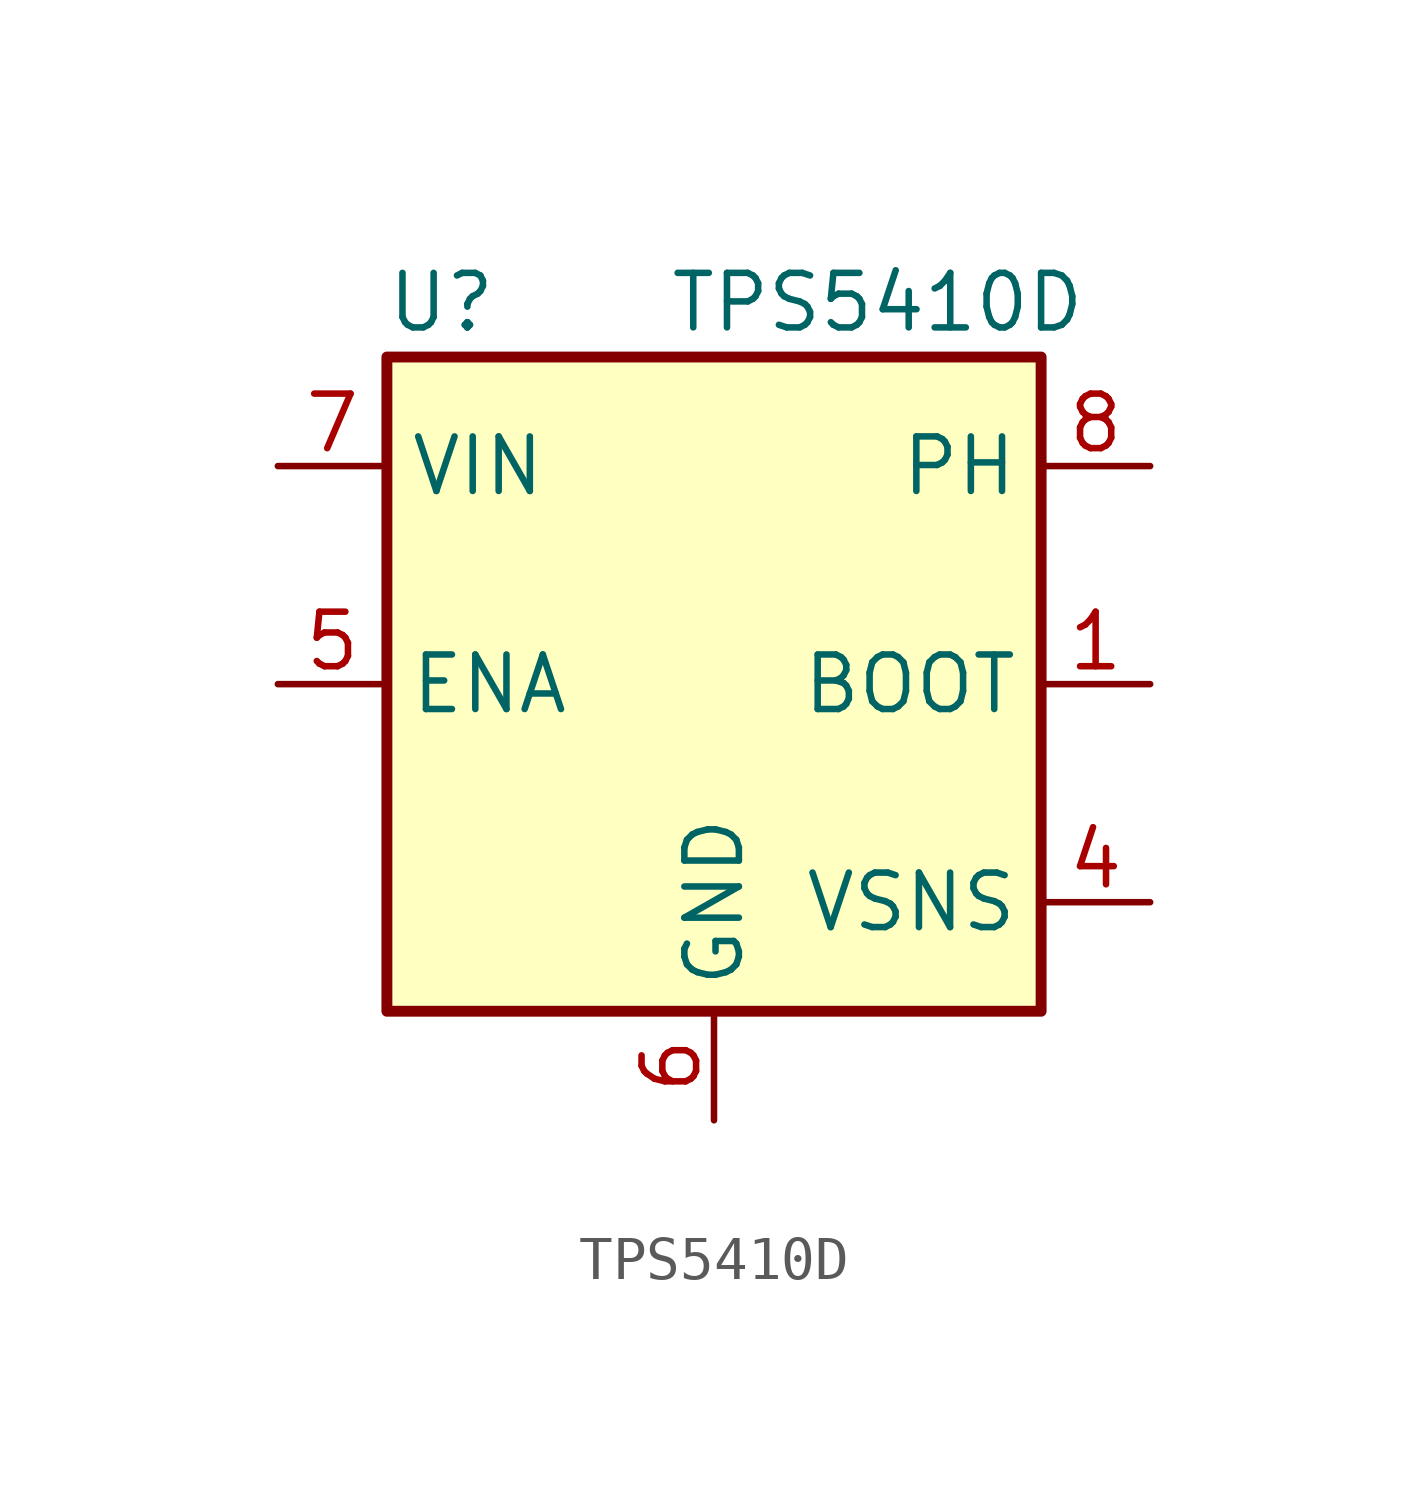
<source format=kicad_sym>
(kicad_symbol_lib
  (version 20201005)
  (generator kicad_symbol_editor)
  (symbol "TPS5410D"
    (property "Reference" "U"
      (at -6.35 8.89 0)
      (effects (font (size 1.27 1.27))))
    (property "Value" "TPS5410D"
      (at 3.81 8.89 0)
      (effects (font (size 1.27 1.27))))
    (symbol "TPS5410D_0_1"
      (rectangle (start -7.62 7.62) (end 7.62 -7.62) (stroke (width 0.254)) (fill (type background))))
    (symbol "TPS5410D_1_1"
      (pin input line (at 10.16 0 180) (length 2.54) (name "BOOT" (effects (font (size 1.27 1.27)))) (number "1" (effects (font (size 1.27 1.27)))))
      (pin no_connect line (at -7.62 -2.54 0) (length 2.54) hide (name "NC" (effects (font (size 1.27 1.27)))) (number "2" (effects (font (size 1.27 1.27)))))
      (pin no_connect line (at -7.62 -5.08 0) (length 2.54) hide (name "NC" (effects (font (size 1.27 1.27)))) (number "3" (effects (font (size 1.27 1.27)))))
      (pin input line (at 10.16 -5.08 180) (length 2.54) (name "VSNS" (effects (font (size 1.27 1.27)))) (number "4" (effects (font (size 1.27 1.27)))))
      (pin input line (at -10.16 0 0) (length 2.54) (name "ENA" (effects (font (size 1.27 1.27)))) (number "5" (effects (font (size 1.27 1.27)))))
      (pin power_in line (at 0 -10.16 90) (length 2.54) (name "GND" (effects (font (size 1.27 1.27)))) (number "6" (effects (font (size 1.27 1.27)))))
      (pin power_in line (at -10.16 5.08 0) (length 2.54) (name "VIN" (effects (font (size 1.27 1.27)))) (number "7" (effects (font (size 1.27 1.27)))))
      (pin power_out line (at 10.16 5.08 180) (length 2.54) (name "PH" (effects (font (size 1.27 1.27)))) (number "8" (effects (font (size 1.27 1.27))))))))
</source>
